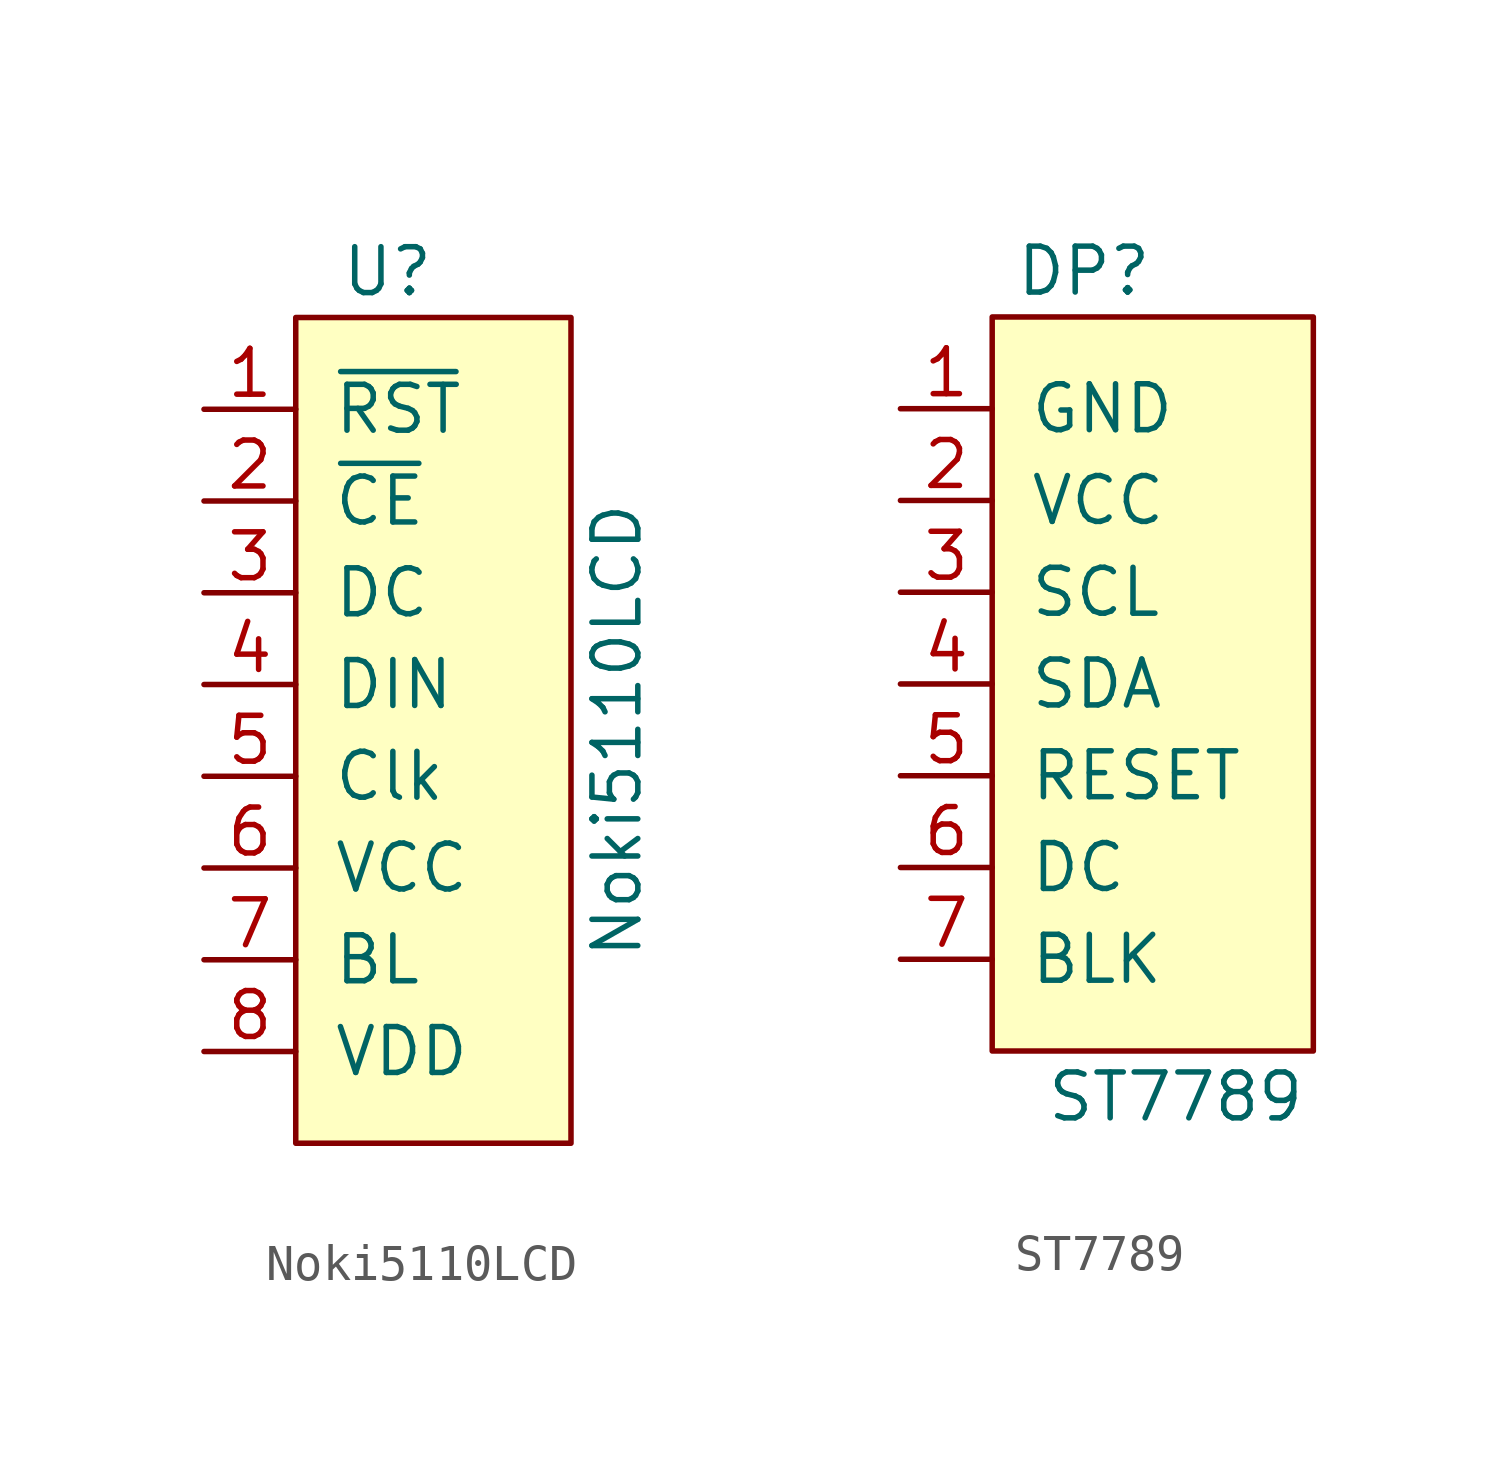
<source format=kicad_sym>
(kicad_symbol_lib
  (version 20211014)
  (generator kicad_symbol_editor)
  (symbol "Noki5110LCD"
    (pin_names
      (offset 1.016))
    (property "Reference" "U"
      (at -2.54 5.08 0)
      (effects (font (size 1.27 1.27))))
    (property "Value" "Noki5110LCD"
      (at 3.81 -7.62 90)
      (effects (font (size 1.27 1.27))))
    (symbol "Noki5110LCD_0_1"
      (rectangle (start -5.08 3.81) (end 2.54 -19.05) (stroke (width 0) (type default) (color 0 0 0 0)) (fill (type background))))
    (symbol "Noki5110LCD_1_1"
      (pin input line (at -7.62 1.27 0) (length 2.54) (name "~{RST}" (effects (font (size 1.27 1.27)))) (number "1" (effects (font (size 1.27 1.27)))))
      (pin input line (at -7.62 -1.27 0) (length 2.54) (name "~{CE}" (effects (font (size 1.27 1.27)))) (number "2" (effects (font (size 1.27 1.27)))))
      (pin input line (at -7.62 -3.81 0) (length 2.54) (name "DC" (effects (font (size 1.27 1.27)))) (number "3" (effects (font (size 1.27 1.27)))))
      (pin input line (at -7.62 -6.35 0) (length 2.54) (name "DIN" (effects (font (size 1.27 1.27)))) (number "4" (effects (font (size 1.27 1.27)))))
      (pin input line (at -7.62 -8.89 0) (length 2.54) (name "Clk" (effects (font (size 1.27 1.27)))) (number "5" (effects (font (size 1.27 1.27)))))
      (pin power_in line (at -7.62 -11.43 0) (length 2.54) (name "VCC" (effects (font (size 1.27 1.27)))) (number "6" (effects (font (size 1.27 1.27)))))
      (pin input line (at -7.62 -13.97 0) (length 2.54) (name "BL" (effects (font (size 1.27 1.27)))) (number "7" (effects (font (size 1.27 1.27)))))
      (pin power_in line (at -7.62 -16.51 0) (length 2.54) (name "VDD" (effects (font (size 1.27 1.27)))) (number "8" (effects (font (size 1.27 1.27)))))))
  (symbol "ST7789"
    (pin_names
      (offset 1.016))
    (property "Reference" "DP"
      (at 2.54 11.43 0)
      (effects (font (size 1.27 1.27))))
    (property "Value" "ST7789"
      (at 5.08 -11.43 0)
      (effects (font (size 1.27 1.27))))
    (symbol "ST7789_0_1"
      (rectangle (start 0 10.16) (end 8.89 -10.16) (stroke (width 0) (type default) (color 0 0 0 0)) (fill (type background))))
    (symbol "ST7789_1_1"
      (pin power_in line (at -2.54 7.62 0) (length 2.54) (name "GND" (effects (font (size 1.27 1.27)))) (number "1" (effects (font (size 1.27 1.27)))))
      (pin power_in line (at -2.54 5.08 0) (length 2.54) (name "VCC" (effects (font (size 1.27 1.27)))) (number "2" (effects (font (size 1.27 1.27)))))
      (pin input line (at -2.54 2.54 0) (length 2.54) (name "SCL" (effects (font (size 1.27 1.27)))) (number "3" (effects (font (size 1.27 1.27)))))
      (pin bidirectional line (at -2.54 0 0) (length 2.54) (name "SDA" (effects (font (size 1.27 1.27)))) (number "4" (effects (font (size 1.27 1.27)))))
      (pin input line (at -2.54 -2.54 0) (length 2.54) (name "RESET" (effects (font (size 1.27 1.27)))) (number "5" (effects (font (size 1.27 1.27)))))
      (pin input line (at -2.54 -5.08 0) (length 2.54) (name "DC" (effects (font (size 1.27 1.27)))) (number "6" (effects (font (size 1.27 1.27)))))
      (pin input line (at -2.54 -7.62 0) (length 2.54) (name "BLK" (effects (font (size 1.27 1.27)))) (number "7" (effects (font (size 1.27 1.27))))))))
</source>
